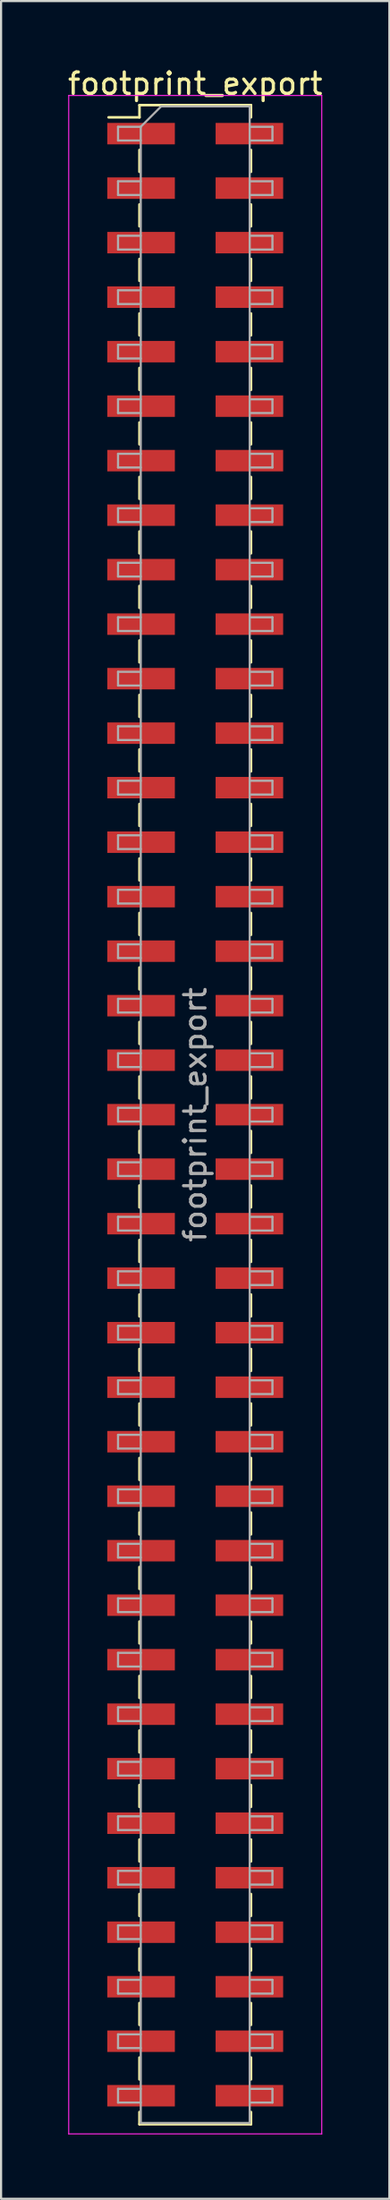
<source format=kicad_pcb>
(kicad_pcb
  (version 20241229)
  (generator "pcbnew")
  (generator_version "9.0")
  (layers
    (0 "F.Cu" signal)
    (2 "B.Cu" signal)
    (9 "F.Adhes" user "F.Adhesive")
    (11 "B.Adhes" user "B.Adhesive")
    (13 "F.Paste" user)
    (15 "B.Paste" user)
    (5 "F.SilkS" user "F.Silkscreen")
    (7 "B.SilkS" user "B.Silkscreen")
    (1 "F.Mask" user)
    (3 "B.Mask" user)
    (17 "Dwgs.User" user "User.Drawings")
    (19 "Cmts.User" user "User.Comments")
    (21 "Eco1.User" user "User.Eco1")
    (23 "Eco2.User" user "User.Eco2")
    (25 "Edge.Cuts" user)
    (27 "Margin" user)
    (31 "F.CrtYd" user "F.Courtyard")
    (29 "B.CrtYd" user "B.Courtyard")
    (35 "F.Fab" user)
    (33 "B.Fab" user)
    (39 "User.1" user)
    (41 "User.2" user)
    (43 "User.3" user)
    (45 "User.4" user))
  (footprint "footprint_export"
    (layer "F.Cu")
    (at 6.054 48.898)
    (property "Reference" "footprint_export" (at 0 -48.05 0) (layer "F.SilkS") (effects (font (size 1 1) (thickness 0.15))))
    (attr smd)
    (fp_line (start -4.04 -46.48) (end -2.6 -46.48) (stroke (width 0.12) (type solid)) (layer "F.SilkS"))
    (fp_line (start -2.6 -47.05) (end -2.6 -46.48) (stroke (width 0.12) (type solid)) (layer "F.SilkS"))
    (fp_line (start -2.6 -47.05) (end 2.6 -47.05) (stroke (width 0.12) (type solid)) (layer "F.SilkS"))
    (fp_line (start -2.6 -44.96) (end -2.6 -43.94) (stroke (width 0.12) (type solid)) (layer "F.SilkS"))
    (fp_line (start -2.6 -42.42) (end -2.6 -41.4) (stroke (width 0.12) (type solid)) (layer "F.SilkS"))
    (fp_line (start -2.6 -39.88) (end -2.6 -38.86) (stroke (width 0.12) (type solid)) (layer "F.SilkS"))
    (fp_line (start -2.6 -37.34) (end -2.6 -36.32) (stroke (width 0.12) (type solid)) (layer "F.SilkS"))
    (fp_line (start -2.6 -34.8) (end -2.6 -33.78) (stroke (width 0.12) (type solid)) (layer "F.SilkS"))
    (fp_line (start -2.6 -32.26) (end -2.6 -31.24) (stroke (width 0.12) (type solid)) (layer "F.SilkS"))
    (fp_line (start -2.6 -29.72) (end -2.6 -28.7) (stroke (width 0.12) (type solid)) (layer "F.SilkS"))
    (fp_line (start -2.6 -27.18) (end -2.6 -26.16) (stroke (width 0.12) (type solid)) (layer "F.SilkS"))
    (fp_line (start -2.6 -24.64) (end -2.6 -23.62) (stroke (width 0.12) (type solid)) (layer "F.SilkS"))
    (fp_line (start -2.6 -22.1) (end -2.6 -21.08) (stroke (width 0.12) (type solid)) (layer "F.SilkS"))
    (fp_line (start -2.6 -19.56) (end -2.6 -18.54) (stroke (width 0.12) (type solid)) (layer "F.SilkS"))
    (fp_line (start -2.6 -17.02) (end -2.6 -16) (stroke (width 0.12) (type solid)) (layer "F.SilkS"))
    (fp_line (start -2.6 -14.48) (end -2.6 -13.46) (stroke (width 0.12) (type solid)) (layer "F.SilkS"))
    (fp_line (start -2.6 -11.94) (end -2.6 -10.92) (stroke (width 0.12) (type solid)) (layer "F.SilkS"))
    (fp_line (start -2.6 -9.4) (end -2.6 -8.38) (stroke (width 0.12) (type solid)) (layer "F.SilkS"))
    (fp_line (start -2.6 -6.86) (end -2.6 -5.84) (stroke (width 0.12) (type solid)) (layer "F.SilkS"))
    (fp_line (start -2.6 -4.32) (end -2.6 -3.3) (stroke (width 0.12) (type solid)) (layer "F.SilkS"))
    (fp_line (start -2.6 -1.78) (end -2.6 -0.76) (stroke (width 0.12) (type solid)) (layer "F.SilkS"))
    (fp_line (start -2.6 0.76) (end -2.6 1.78) (stroke (width 0.12) (type solid)) (layer "F.SilkS"))
    (fp_line (start -2.6 3.3) (end -2.6 4.32) (stroke (width 0.12) (type solid)) (layer "F.SilkS"))
    (fp_line (start -2.6 5.84) (end -2.6 6.86) (stroke (width 0.12) (type solid)) (layer "F.SilkS"))
    (fp_line (start -2.6 8.38) (end -2.6 9.4) (stroke (width 0.12) (type solid)) (layer "F.SilkS"))
    (fp_line (start -2.6 10.92) (end -2.6 11.94) (stroke (width 0.12) (type solid)) (layer "F.SilkS"))
    (fp_line (start -2.6 13.46) (end -2.6 14.48) (stroke (width 0.12) (type solid)) (layer "F.SilkS"))
    (fp_line (start -2.6 16) (end -2.6 17.02) (stroke (width 0.12) (type solid)) (layer "F.SilkS"))
    (fp_line (start -2.6 18.54) (end -2.6 19.56) (stroke (width 0.12) (type solid)) (layer "F.SilkS"))
    (fp_line (start -2.6 21.08) (end -2.6 22.1) (stroke (width 0.12) (type solid)) (layer "F.SilkS"))
    (fp_line (start -2.6 23.62) (end -2.6 24.64) (stroke (width 0.12) (type solid)) (layer "F.SilkS"))
    (fp_line (start -2.6 26.16) (end -2.6 27.18) (stroke (width 0.12) (type solid)) (layer "F.SilkS"))
    (fp_line (start -2.6 28.7) (end -2.6 29.72) (stroke (width 0.12) (type solid)) (layer "F.SilkS"))
    (fp_line (start -2.6 31.24) (end -2.6 32.26) (stroke (width 0.12) (type solid)) (layer "F.SilkS"))
    (fp_line (start -2.6 33.78) (end -2.6 34.8) (stroke (width 0.12) (type solid)) (layer "F.SilkS"))
    (fp_line (start -2.6 36.32) (end -2.6 37.34) (stroke (width 0.12) (type solid)) (layer "F.SilkS"))
    (fp_line (start -2.6 38.86) (end -2.6 39.88) (stroke (width 0.12) (type solid)) (layer "F.SilkS"))
    (fp_line (start -2.6 41.4) (end -2.6 42.42) (stroke (width 0.12) (type solid)) (layer "F.SilkS"))
    (fp_line (start -2.6 43.94) (end -2.6 44.96) (stroke (width 0.12) (type solid)) (layer "F.SilkS"))
    (fp_line (start -2.6 46.48) (end -2.6 47.05) (stroke (width 0.12) (type solid)) (layer "F.SilkS"))
    (fp_line (start -2.6 47.05) (end 2.6 47.05) (stroke (width 0.12) (type solid)) (layer "F.SilkS"))
    (fp_line (start 2.6 -47.05) (end 2.6 -46.48) (stroke (width 0.12) (type solid)) (layer "F.SilkS"))
    (fp_line (start 2.6 -44.96) (end 2.6 -43.94) (stroke (width 0.12) (type solid)) (layer "F.SilkS"))
    (fp_line (start 2.6 -42.42) (end 2.6 -41.4) (stroke (width 0.12) (type solid)) (layer "F.SilkS"))
    (fp_line (start 2.6 -39.88) (end 2.6 -38.86) (stroke (width 0.12) (type solid)) (layer "F.SilkS"))
    (fp_line (start 2.6 -37.34) (end 2.6 -36.32) (stroke (width 0.12) (type solid)) (layer "F.SilkS"))
    (fp_line (start 2.6 -34.8) (end 2.6 -33.78) (stroke (width 0.12) (type solid)) (layer "F.SilkS"))
    (fp_line (start 2.6 -32.26) (end 2.6 -31.24) (stroke (width 0.12) (type solid)) (layer "F.SilkS"))
    (fp_line (start 2.6 -29.72) (end 2.6 -28.7) (stroke (width 0.12) (type solid)) (layer "F.SilkS"))
    (fp_line (start 2.6 -27.18) (end 2.6 -26.16) (stroke (width 0.12) (type solid)) (layer "F.SilkS"))
    (fp_line (start 2.6 -24.64) (end 2.6 -23.62) (stroke (width 0.12) (type solid)) (layer "F.SilkS"))
    (fp_line (start 2.6 -22.1) (end 2.6 -21.08) (stroke (width 0.12) (type solid)) (layer "F.SilkS"))
    (fp_line (start 2.6 -19.56) (end 2.6 -18.54) (stroke (width 0.12) (type solid)) (layer "F.SilkS"))
    (fp_line (start 2.6 -17.02) (end 2.6 -16) (stroke (width 0.12) (type solid)) (layer "F.SilkS"))
    (fp_line (start 2.6 -14.48) (end 2.6 -13.46) (stroke (width 0.12) (type solid)) (layer "F.SilkS"))
    (fp_line (start 2.6 -11.94) (end 2.6 -10.92) (stroke (width 0.12) (type solid)) (layer "F.SilkS"))
    (fp_line (start 2.6 -9.4) (end 2.6 -8.38) (stroke (width 0.12) (type solid)) (layer "F.SilkS"))
    (fp_line (start 2.6 -6.86) (end 2.6 -5.84) (stroke (width 0.12) (type solid)) (layer "F.SilkS"))
    (fp_line (start 2.6 -4.32) (end 2.6 -3.3) (stroke (width 0.12) (type solid)) (layer "F.SilkS"))
    (fp_line (start 2.6 -1.78) (end 2.6 -0.76) (stroke (width 0.12) (type solid)) (layer "F.SilkS"))
    (fp_line (start 2.6 0.76) (end 2.6 1.78) (stroke (width 0.12) (type solid)) (layer "F.SilkS"))
    (fp_line (start 2.6 3.3) (end 2.6 4.32) (stroke (width 0.12) (type solid)) (layer "F.SilkS"))
    (fp_line (start 2.6 5.84) (end 2.6 6.86) (stroke (width 0.12) (type solid)) (layer "F.SilkS"))
    (fp_line (start 2.6 8.38) (end 2.6 9.4) (stroke (width 0.12) (type solid)) (layer "F.SilkS"))
    (fp_line (start 2.6 10.92) (end 2.6 11.94) (stroke (width 0.12) (type solid)) (layer "F.SilkS"))
    (fp_line (start 2.6 13.46) (end 2.6 14.48) (stroke (width 0.12) (type solid)) (layer "F.SilkS"))
    (fp_line (start 2.6 16) (end 2.6 17.02) (stroke (width 0.12) (type solid)) (layer "F.SilkS"))
    (fp_line (start 2.6 18.54) (end 2.6 19.56) (stroke (width 0.12) (type solid)) (layer "F.SilkS"))
    (fp_line (start 2.6 21.08) (end 2.6 22.1) (stroke (width 0.12) (type solid)) (layer "F.SilkS"))
    (fp_line (start 2.6 23.62) (end 2.6 24.64) (stroke (width 0.12) (type solid)) (layer "F.SilkS"))
    (fp_line (start 2.6 26.16) (end 2.6 27.18) (stroke (width 0.12) (type solid)) (layer "F.SilkS"))
    (fp_line (start 2.6 28.7) (end 2.6 29.72) (stroke (width 0.12) (type solid)) (layer "F.SilkS"))
    (fp_line (start 2.6 31.24) (end 2.6 32.26) (stroke (width 0.12) (type solid)) (layer "F.SilkS"))
    (fp_line (start 2.6 33.78) (end 2.6 34.8) (stroke (width 0.12) (type solid)) (layer "F.SilkS"))
    (fp_line (start 2.6 36.32) (end 2.6 37.34) (stroke (width 0.12) (type solid)) (layer "F.SilkS"))
    (fp_line (start 2.6 38.86) (end 2.6 39.88) (stroke (width 0.12) (type solid)) (layer "F.SilkS"))
    (fp_line (start 2.6 41.4) (end 2.6 42.42) (stroke (width 0.12) (type solid)) (layer "F.SilkS"))
    (fp_line (start 2.6 43.94) (end 2.6 44.96) (stroke (width 0.12) (type solid)) (layer "F.SilkS"))
    (fp_line (start 2.6 46.48) (end 2.6 47.05) (stroke (width 0.12) (type solid)) (layer "F.SilkS"))
    (fp_line (start -5.9 -47.5) (end -5.9 47.5) (stroke (width 0.05) (type solid)) (layer "F.CrtYd"))
    (fp_line (start -5.9 47.5) (end 5.9 47.5) (stroke (width 0.05) (type solid)) (layer "F.CrtYd"))
    (fp_line (start 5.9 -47.5) (end -5.9 -47.5) (stroke (width 0.05) (type solid)) (layer "F.CrtYd"))
    (fp_line (start 5.9 47.5) (end 5.9 -47.5) (stroke (width 0.05) (type solid)) (layer "F.CrtYd"))
    (fp_line (start -3.6 -46.04) (end -3.6 -45.4) (stroke (width 0.1) (type solid)) (layer "F.Fab"))
    (fp_line (start -3.6 -45.4) (end -2.54 -45.4) (stroke (width 0.1) (type solid)) (layer "F.Fab"))
    (fp_line (start -3.6 -43.5) (end -3.6 -42.86) (stroke (width 0.1) (type solid)) (layer "F.Fab"))
    (fp_line (start -3.6 -42.86) (end -2.54 -42.86) (stroke (width 0.1) (type solid)) (layer "F.Fab"))
    (fp_line (start -3.6 -40.96) (end -3.6 -40.32) (stroke (width 0.1) (type solid)) (layer "F.Fab"))
    (fp_line (start -3.6 -40.32) (end -2.54 -40.32) (stroke (width 0.1) (type solid)) (layer "F.Fab"))
    (fp_line (start -3.6 -38.42) (end -3.6 -37.78) (stroke (width 0.1) (type solid)) (layer "F.Fab"))
    (fp_line (start -3.6 -37.78) (end -2.54 -37.78) (stroke (width 0.1) (type solid)) (layer "F.Fab"))
    (fp_line (start -3.6 -35.88) (end -3.6 -35.24) (stroke (width 0.1) (type solid)) (layer "F.Fab"))
    (fp_line (start -3.6 -35.24) (end -2.54 -35.24) (stroke (width 0.1) (type solid)) (layer "F.Fab"))
    (fp_line (start -3.6 -33.34) (end -3.6 -32.7) (stroke (width 0.1) (type solid)) (layer "F.Fab"))
    (fp_line (start -3.6 -32.7) (end -2.54 -32.7) (stroke (width 0.1) (type solid)) (layer "F.Fab"))
    (fp_line (start -3.6 -30.8) (end -3.6 -30.16) (stroke (width 0.1) (type solid)) (layer "F.Fab"))
    (fp_line (start -3.6 -30.16) (end -2.54 -30.16) (stroke (width 0.1) (type solid)) (layer "F.Fab"))
    (fp_line (start -3.6 -28.26) (end -3.6 -27.62) (stroke (width 0.1) (type solid)) (layer "F.Fab"))
    (fp_line (start -3.6 -27.62) (end -2.54 -27.62) (stroke (width 0.1) (type solid)) (layer "F.Fab"))
    (fp_line (start -3.6 -25.72) (end -3.6 -25.08) (stroke (width 0.1) (type solid)) (layer "F.Fab"))
    (fp_line (start -3.6 -25.08) (end -2.54 -25.08) (stroke (width 0.1) (type solid)) (layer "F.Fab"))
    (fp_line (start -3.6 -23.18) (end -3.6 -22.54) (stroke (width 0.1) (type solid)) (layer "F.Fab"))
    (fp_line (start -3.6 -22.54) (end -2.54 -22.54) (stroke (width 0.1) (type solid)) (layer "F.Fab"))
    (fp_line (start -3.6 -20.64) (end -3.6 -20) (stroke (width 0.1) (type solid)) (layer "F.Fab"))
    (fp_line (start -3.6 -20) (end -2.54 -20) (stroke (width 0.1) (type solid)) (layer "F.Fab"))
    (fp_line (start -3.6 -18.1) (end -3.6 -17.46) (stroke (width 0.1) (type solid)) (layer "F.Fab"))
    (fp_line (start -3.6 -17.46) (end -2.54 -17.46) (stroke (width 0.1) (type solid)) (layer "F.Fab"))
    (fp_line (start -3.6 -15.56) (end -3.6 -14.92) (stroke (width 0.1) (type solid)) (layer "F.Fab"))
    (fp_line (start -3.6 -14.92) (end -2.54 -14.92) (stroke (width 0.1) (type solid)) (layer "F.Fab"))
    (fp_line (start -3.6 -13.02) (end -3.6 -12.38) (stroke (width 0.1) (type solid)) (layer "F.Fab"))
    (fp_line (start -3.6 -12.38) (end -2.54 -12.38) (stroke (width 0.1) (type solid)) (layer "F.Fab"))
    (fp_line (start -3.6 -10.48) (end -3.6 -9.84) (stroke (width 0.1) (type solid)) (layer "F.Fab"))
    (fp_line (start -3.6 -9.84) (end -2.54 -9.84) (stroke (width 0.1) (type solid)) (layer "F.Fab"))
    (fp_line (start -3.6 -7.94) (end -3.6 -7.3) (stroke (width 0.1) (type solid)) (layer "F.Fab"))
    (fp_line (start -3.6 -7.3) (end -2.54 -7.3) (stroke (width 0.1) (type solid)) (layer "F.Fab"))
    (fp_line (start -3.6 -5.4) (end -3.6 -4.76) (stroke (width 0.1) (type solid)) (layer "F.Fab"))
    (fp_line (start -3.6 -4.76) (end -2.54 -4.76) (stroke (width 0.1) (type solid)) (layer "F.Fab"))
    (fp_line (start -3.6 -2.86) (end -3.6 -2.22) (stroke (width 0.1) (type solid)) (layer "F.Fab"))
    (fp_line (start -3.6 -2.22) (end -2.54 -2.22) (stroke (width 0.1) (type solid)) (layer "F.Fab"))
    (fp_line (start -3.6 -0.32) (end -3.6 0.32) (stroke (width 0.1) (type solid)) (layer "F.Fab"))
    (fp_line (start -3.6 0.32) (end -2.54 0.32) (stroke (width 0.1) (type solid)) (layer "F.Fab"))
    (fp_line (start -3.6 2.22) (end -3.6 2.86) (stroke (width 0.1) (type solid)) (layer "F.Fab"))
    (fp_line (start -3.6 2.86) (end -2.54 2.86) (stroke (width 0.1) (type solid)) (layer "F.Fab"))
    (fp_line (start -3.6 4.76) (end -3.6 5.4) (stroke (width 0.1) (type solid)) (layer "F.Fab"))
    (fp_line (start -3.6 5.4) (end -2.54 5.4) (stroke (width 0.1) (type solid)) (layer "F.Fab"))
    (fp_line (start -3.6 7.3) (end -3.6 7.94) (stroke (width 0.1) (type solid)) (layer "F.Fab"))
    (fp_line (start -3.6 7.94) (end -2.54 7.94) (stroke (width 0.1) (type solid)) (layer "F.Fab"))
    (fp_line (start -3.6 9.84) (end -3.6 10.48) (stroke (width 0.1) (type solid)) (layer "F.Fab"))
    (fp_line (start -3.6 10.48) (end -2.54 10.48) (stroke (width 0.1) (type solid)) (layer "F.Fab"))
    (fp_line (start -3.6 12.38) (end -3.6 13.02) (stroke (width 0.1) (type solid)) (layer "F.Fab"))
    (fp_line (start -3.6 13.02) (end -2.54 13.02) (stroke (width 0.1) (type solid)) (layer "F.Fab"))
    (fp_line (start -3.6 14.92) (end -3.6 15.56) (stroke (width 0.1) (type solid)) (layer "F.Fab"))
    (fp_line (start -3.6 15.56) (end -2.54 15.56) (stroke (width 0.1) (type solid)) (layer "F.Fab"))
    (fp_line (start -3.6 17.46) (end -3.6 18.1) (stroke (width 0.1) (type solid)) (layer "F.Fab"))
    (fp_line (start -3.6 18.1) (end -2.54 18.1) (stroke (width 0.1) (type solid)) (layer "F.Fab"))
    (fp_line (start -3.6 20) (end -3.6 20.64) (stroke (width 0.1) (type solid)) (layer "F.Fab"))
    (fp_line (start -3.6 20.64) (end -2.54 20.64) (stroke (width 0.1) (type solid)) (layer "F.Fab"))
    (fp_line (start -3.6 22.54) (end -3.6 23.18) (stroke (width 0.1) (type solid)) (layer "F.Fab"))
    (fp_line (start -3.6 23.18) (end -2.54 23.18) (stroke (width 0.1) (type solid)) (layer "F.Fab"))
    (fp_line (start -3.6 25.08) (end -3.6 25.72) (stroke (width 0.1) (type solid)) (layer "F.Fab"))
    (fp_line (start -3.6 25.72) (end -2.54 25.72) (stroke (width 0.1) (type solid)) (layer "F.Fab"))
    (fp_line (start -3.6 27.62) (end -3.6 28.26) (stroke (width 0.1) (type solid)) (layer "F.Fab"))
    (fp_line (start -3.6 28.26) (end -2.54 28.26) (stroke (width 0.1) (type solid)) (layer "F.Fab"))
    (fp_line (start -3.6 30.16) (end -3.6 30.8) (stroke (width 0.1) (type solid)) (layer "F.Fab"))
    (fp_line (start -3.6 30.8) (end -2.54 30.8) (stroke (width 0.1) (type solid)) (layer "F.Fab"))
    (fp_line (start -3.6 32.7) (end -3.6 33.34) (stroke (width 0.1) (type solid)) (layer "F.Fab"))
    (fp_line (start -3.6 33.34) (end -2.54 33.34) (stroke (width 0.1) (type solid)) (layer "F.Fab"))
    (fp_line (start -3.6 35.24) (end -3.6 35.88) (stroke (width 0.1) (type solid)) (layer "F.Fab"))
    (fp_line (start -3.6 35.88) (end -2.54 35.88) (stroke (width 0.1) (type solid)) (layer "F.Fab"))
    (fp_line (start -3.6 37.78) (end -3.6 38.42) (stroke (width 0.1) (type solid)) (layer "F.Fab"))
    (fp_line (start -3.6 38.42) (end -2.54 38.42) (stroke (width 0.1) (type solid)) (layer "F.Fab"))
    (fp_line (start -3.6 40.32) (end -3.6 40.96) (stroke (width 0.1) (type solid)) (layer "F.Fab"))
    (fp_line (start -3.6 40.96) (end -2.54 40.96) (stroke (width 0.1) (type solid)) (layer "F.Fab"))
    (fp_line (start -3.6 42.86) (end -3.6 43.5) (stroke (width 0.1) (type solid)) (layer "F.Fab"))
    (fp_line (start -3.6 43.5) (end -2.54 43.5) (stroke (width 0.1) (type solid)) (layer "F.Fab"))
    (fp_line (start -3.6 45.4) (end -3.6 46.04) (stroke (width 0.1) (type solid)) (layer "F.Fab"))
    (fp_line (start -3.6 46.04) (end -2.54 46.04) (stroke (width 0.1) (type solid)) (layer "F.Fab"))
    (fp_line (start -2.54 -46.04) (end -3.6 -46.04) (stroke (width 0.1) (type solid)) (layer "F.Fab"))
    (fp_line (start -2.54 -46.04) (end -1.59 -46.99) (stroke (width 0.1) (type solid)) (layer "F.Fab"))
    (fp_line (start -2.54 -43.5) (end -3.6 -43.5) (stroke (width 0.1) (type solid)) (layer "F.Fab"))
    (fp_line (start -2.54 -40.96) (end -3.6 -40.96) (stroke (width 0.1) (type solid)) (layer "F.Fab"))
    (fp_line (start -2.54 -38.42) (end -3.6 -38.42) (stroke (width 0.1) (type solid)) (layer "F.Fab"))
    (fp_line (start -2.54 -35.88) (end -3.6 -35.88) (stroke (width 0.1) (type solid)) (layer "F.Fab"))
    (fp_line (start -2.54 -33.34) (end -3.6 -33.34) (stroke (width 0.1) (type solid)) (layer "F.Fab"))
    (fp_line (start -2.54 -30.8) (end -3.6 -30.8) (stroke (width 0.1) (type solid)) (layer "F.Fab"))
    (fp_line (start -2.54 -28.26) (end -3.6 -28.26) (stroke (width 0.1) (type solid)) (layer "F.Fab"))
    (fp_line (start -2.54 -25.72) (end -3.6 -25.72) (stroke (width 0.1) (type solid)) (layer "F.Fab"))
    (fp_line (start -2.54 -23.18) (end -3.6 -23.18) (stroke (width 0.1) (type solid)) (layer "F.Fab"))
    (fp_line (start -2.54 -20.64) (end -3.6 -20.64) (stroke (width 0.1) (type solid)) (layer "F.Fab"))
    (fp_line (start -2.54 -18.1) (end -3.6 -18.1) (stroke (width 0.1) (type solid)) (layer "F.Fab"))
    (fp_line (start -2.54 -15.56) (end -3.6 -15.56) (stroke (width 0.1) (type solid)) (layer "F.Fab"))
    (fp_line (start -2.54 -13.02) (end -3.6 -13.02) (stroke (width 0.1) (type solid)) (layer "F.Fab"))
    (fp_line (start -2.54 -10.48) (end -3.6 -10.48) (stroke (width 0.1) (type solid)) (layer "F.Fab"))
    (fp_line (start -2.54 -7.94) (end -3.6 -7.94) (stroke (width 0.1) (type solid)) (layer "F.Fab"))
    (fp_line (start -2.54 -5.4) (end -3.6 -5.4) (stroke (width 0.1) (type solid)) (layer "F.Fab"))
    (fp_line (start -2.54 -2.86) (end -3.6 -2.86) (stroke (width 0.1) (type solid)) (layer "F.Fab"))
    (fp_line (start -2.54 -0.32) (end -3.6 -0.32) (stroke (width 0.1) (type solid)) (layer "F.Fab"))
    (fp_line (start -2.54 2.22) (end -3.6 2.22) (stroke (width 0.1) (type solid)) (layer "F.Fab"))
    (fp_line (start -2.54 4.76) (end -3.6 4.76) (stroke (width 0.1) (type solid)) (layer "F.Fab"))
    (fp_line (start -2.54 7.3) (end -3.6 7.3) (stroke (width 0.1) (type solid)) (layer "F.Fab"))
    (fp_line (start -2.54 9.84) (end -3.6 9.84) (stroke (width 0.1) (type solid)) (layer "F.Fab"))
    (fp_line (start -2.54 12.38) (end -3.6 12.38) (stroke (width 0.1) (type solid)) (layer "F.Fab"))
    (fp_line (start -2.54 14.92) (end -3.6 14.92) (stroke (width 0.1) (type solid)) (layer "F.Fab"))
    (fp_line (start -2.54 17.46) (end -3.6 17.46) (stroke (width 0.1) (type solid)) (layer "F.Fab"))
    (fp_line (start -2.54 20) (end -3.6 20) (stroke (width 0.1) (type solid)) (layer "F.Fab"))
    (fp_line (start -2.54 22.54) (end -3.6 22.54) (stroke (width 0.1) (type solid)) (layer "F.Fab"))
    (fp_line (start -2.54 25.08) (end -3.6 25.08) (stroke (width 0.1) (type solid)) (layer "F.Fab"))
    (fp_line (start -2.54 27.62) (end -3.6 27.62) (stroke (width 0.1) (type solid)) (layer "F.Fab"))
    (fp_line (start -2.54 30.16) (end -3.6 30.16) (stroke (width 0.1) (type solid)) (layer "F.Fab"))
    (fp_line (start -2.54 32.7) (end -3.6 32.7) (stroke (width 0.1) (type solid)) (layer "F.Fab"))
    (fp_line (start -2.54 35.24) (end -3.6 35.24) (stroke (width 0.1) (type solid)) (layer "F.Fab"))
    (fp_line (start -2.54 37.78) (end -3.6 37.78) (stroke (width 0.1) (type solid)) (layer "F.Fab"))
    (fp_line (start -2.54 40.32) (end -3.6 40.32) (stroke (width 0.1) (type solid)) (layer "F.Fab"))
    (fp_line (start -2.54 42.86) (end -3.6 42.86) (stroke (width 0.1) (type solid)) (layer "F.Fab"))
    (fp_line (start -2.54 45.4) (end -3.6 45.4) (stroke (width 0.1) (type solid)) (layer "F.Fab"))
    (fp_line (start -2.54 46.99) (end -2.54 -46.04) (stroke (width 0.1) (type solid)) (layer "F.Fab"))
    (fp_line (start -1.59 -46.99) (end 2.54 -46.99) (stroke (width 0.1) (type solid)) (layer "F.Fab"))
    (fp_line (start 2.54 -46.99) (end 2.54 46.99) (stroke (width 0.1) (type solid)) (layer "F.Fab"))
    (fp_line (start 2.54 -46.04) (end 3.6 -46.04) (stroke (width 0.1) (type solid)) (layer "F.Fab"))
    (fp_line (start 2.54 -43.5) (end 3.6 -43.5) (stroke (width 0.1) (type solid)) (layer "F.Fab"))
    (fp_line (start 2.54 -40.96) (end 3.6 -40.96) (stroke (width 0.1) (type solid)) (layer "F.Fab"))
    (fp_line (start 2.54 -38.42) (end 3.6 -38.42) (stroke (width 0.1) (type solid)) (layer "F.Fab"))
    (fp_line (start 2.54 -35.88) (end 3.6 -35.88) (stroke (width 0.1) (type solid)) (layer "F.Fab"))
    (fp_line (start 2.54 -33.34) (end 3.6 -33.34) (stroke (width 0.1) (type solid)) (layer "F.Fab"))
    (fp_line (start 2.54 -30.8) (end 3.6 -30.8) (stroke (width 0.1) (type solid)) (layer "F.Fab"))
    (fp_line (start 2.54 -28.26) (end 3.6 -28.26) (stroke (width 0.1) (type solid)) (layer "F.Fab"))
    (fp_line (start 2.54 -25.72) (end 3.6 -25.72) (stroke (width 0.1) (type solid)) (layer "F.Fab"))
    (fp_line (start 2.54 -23.18) (end 3.6 -23.18) (stroke (width 0.1) (type solid)) (layer "F.Fab"))
    (fp_line (start 2.54 -20.64) (end 3.6 -20.64) (stroke (width 0.1) (type solid)) (layer "F.Fab"))
    (fp_line (start 2.54 -18.1) (end 3.6 -18.1) (stroke (width 0.1) (type solid)) (layer "F.Fab"))
    (fp_line (start 2.54 -15.56) (end 3.6 -15.56) (stroke (width 0.1) (type solid)) (layer "F.Fab"))
    (fp_line (start 2.54 -13.02) (end 3.6 -13.02) (stroke (width 0.1) (type solid)) (layer "F.Fab"))
    (fp_line (start 2.54 -10.48) (end 3.6 -10.48) (stroke (width 0.1) (type solid)) (layer "F.Fab"))
    (fp_line (start 2.54 -7.94) (end 3.6 -7.94) (stroke (width 0.1) (type solid)) (layer "F.Fab"))
    (fp_line (start 2.54 -5.4) (end 3.6 -5.4) (stroke (width 0.1) (type solid)) (layer "F.Fab"))
    (fp_line (start 2.54 -2.86) (end 3.6 -2.86) (stroke (width 0.1) (type solid)) (layer "F.Fab"))
    (fp_line (start 2.54 -0.32) (end 3.6 -0.32) (stroke (width 0.1) (type solid)) (layer "F.Fab"))
    (fp_line (start 2.54 2.22) (end 3.6 2.22) (stroke (width 0.1) (type solid)) (layer "F.Fab"))
    (fp_line (start 2.54 4.76) (end 3.6 4.76) (stroke (width 0.1) (type solid)) (layer "F.Fab"))
    (fp_line (start 2.54 7.3) (end 3.6 7.3) (stroke (width 0.1) (type solid)) (layer "F.Fab"))
    (fp_line (start 2.54 9.84) (end 3.6 9.84) (stroke (width 0.1) (type solid)) (layer "F.Fab"))
    (fp_line (start 2.54 12.38) (end 3.6 12.38) (stroke (width 0.1) (type solid)) (layer "F.Fab"))
    (fp_line (start 2.54 14.92) (end 3.6 14.92) (stroke (width 0.1) (type solid)) (layer "F.Fab"))
    (fp_line (start 2.54 17.46) (end 3.6 17.46) (stroke (width 0.1) (type solid)) (layer "F.Fab"))
    (fp_line (start 2.54 20) (end 3.6 20) (stroke (width 0.1) (type solid)) (layer "F.Fab"))
    (fp_line (start 2.54 22.54) (end 3.6 22.54) (stroke (width 0.1) (type solid)) (layer "F.Fab"))
    (fp_line (start 2.54 25.08) (end 3.6 25.08) (stroke (width 0.1) (type solid)) (layer "F.Fab"))
    (fp_line (start 2.54 27.62) (end 3.6 27.62) (stroke (width 0.1) (type solid)) (layer "F.Fab"))
    (fp_line (start 2.54 30.16) (end 3.6 30.16) (stroke (width 0.1) (type solid)) (layer "F.Fab"))
    (fp_line (start 2.54 32.7) (end 3.6 32.7) (stroke (width 0.1) (type solid)) (layer "F.Fab"))
    (fp_line (start 2.54 35.24) (end 3.6 35.24) (stroke (width 0.1) (type solid)) (layer "F.Fab"))
    (fp_line (start 2.54 37.78) (end 3.6 37.78) (stroke (width 0.1) (type solid)) (layer "F.Fab"))
    (fp_line (start 2.54 40.32) (end 3.6 40.32) (stroke (width 0.1) (type solid)) (layer "F.Fab"))
    (fp_line (start 2.54 42.86) (end 3.6 42.86) (stroke (width 0.1) (type solid)) (layer "F.Fab"))
    (fp_line (start 2.54 45.4) (end 3.6 45.4) (stroke (width 0.1) (type solid)) (layer "F.Fab"))
    (fp_line (start 2.54 46.99) (end -2.54 46.99) (stroke (width 0.1) (type solid)) (layer "F.Fab"))
    (fp_line (start 3.6 -46.04) (end 3.6 -45.4) (stroke (width 0.1) (type solid)) (layer "F.Fab"))
    (fp_line (start 3.6 -45.4) (end 2.54 -45.4) (stroke (width 0.1) (type solid)) (layer "F.Fab"))
    (fp_line (start 3.6 -43.5) (end 3.6 -42.86) (stroke (width 0.1) (type solid)) (layer "F.Fab"))
    (fp_line (start 3.6 -42.86) (end 2.54 -42.86) (stroke (width 0.1) (type solid)) (layer "F.Fab"))
    (fp_line (start 3.6 -40.96) (end 3.6 -40.32) (stroke (width 0.1) (type solid)) (layer "F.Fab"))
    (fp_line (start 3.6 -40.32) (end 2.54 -40.32) (stroke (width 0.1) (type solid)) (layer "F.Fab"))
    (fp_line (start 3.6 -38.42) (end 3.6 -37.78) (stroke (width 0.1) (type solid)) (layer "F.Fab"))
    (fp_line (start 3.6 -37.78) (end 2.54 -37.78) (stroke (width 0.1) (type solid)) (layer "F.Fab"))
    (fp_line (start 3.6 -35.88) (end 3.6 -35.24) (stroke (width 0.1) (type solid)) (layer "F.Fab"))
    (fp_line (start 3.6 -35.24) (end 2.54 -35.24) (stroke (width 0.1) (type solid)) (layer "F.Fab"))
    (fp_line (start 3.6 -33.34) (end 3.6 -32.7) (stroke (width 0.1) (type solid)) (layer "F.Fab"))
    (fp_line (start 3.6 -32.7) (end 2.54 -32.7) (stroke (width 0.1) (type solid)) (layer "F.Fab"))
    (fp_line (start 3.6 -30.8) (end 3.6 -30.16) (stroke (width 0.1) (type solid)) (layer "F.Fab"))
    (fp_line (start 3.6 -30.16) (end 2.54 -30.16) (stroke (width 0.1) (type solid)) (layer "F.Fab"))
    (fp_line (start 3.6 -28.26) (end 3.6 -27.62) (stroke (width 0.1) (type solid)) (layer "F.Fab"))
    (fp_line (start 3.6 -27.62) (end 2.54 -27.62) (stroke (width 0.1) (type solid)) (layer "F.Fab"))
    (fp_line (start 3.6 -25.72) (end 3.6 -25.08) (stroke (width 0.1) (type solid)) (layer "F.Fab"))
    (fp_line (start 3.6 -25.08) (end 2.54 -25.08) (stroke (width 0.1) (type solid)) (layer "F.Fab"))
    (fp_line (start 3.6 -23.18) (end 3.6 -22.54) (stroke (width 0.1) (type solid)) (layer "F.Fab"))
    (fp_line (start 3.6 -22.54) (end 2.54 -22.54) (stroke (width 0.1) (type solid)) (layer "F.Fab"))
    (fp_line (start 3.6 -20.64) (end 3.6 -20) (stroke (width 0.1) (type solid)) (layer "F.Fab"))
    (fp_line (start 3.6 -20) (end 2.54 -20) (stroke (width 0.1) (type solid)) (layer "F.Fab"))
    (fp_line (start 3.6 -18.1) (end 3.6 -17.46) (stroke (width 0.1) (type solid)) (layer "F.Fab"))
    (fp_line (start 3.6 -17.46) (end 2.54 -17.46) (stroke (width 0.1) (type solid)) (layer "F.Fab"))
    (fp_line (start 3.6 -15.56) (end 3.6 -14.92) (stroke (width 0.1) (type solid)) (layer "F.Fab"))
    (fp_line (start 3.6 -14.92) (end 2.54 -14.92) (stroke (width 0.1) (type solid)) (layer "F.Fab"))
    (fp_line (start 3.6 -13.02) (end 3.6 -12.38) (stroke (width 0.1) (type solid)) (layer "F.Fab"))
    (fp_line (start 3.6 -12.38) (end 2.54 -12.38) (stroke (width 0.1) (type solid)) (layer "F.Fab"))
    (fp_line (start 3.6 -10.48) (end 3.6 -9.84) (stroke (width 0.1) (type solid)) (layer "F.Fab"))
    (fp_line (start 3.6 -9.84) (end 2.54 -9.84) (stroke (width 0.1) (type solid)) (layer "F.Fab"))
    (fp_line (start 3.6 -7.94) (end 3.6 -7.3) (stroke (width 0.1) (type solid)) (layer "F.Fab"))
    (fp_line (start 3.6 -7.3) (end 2.54 -7.3) (stroke (width 0.1) (type solid)) (layer "F.Fab"))
    (fp_line (start 3.6 -5.4) (end 3.6 -4.76) (stroke (width 0.1) (type solid)) (layer "F.Fab"))
    (fp_line (start 3.6 -4.76) (end 2.54 -4.76) (stroke (width 0.1) (type solid)) (layer "F.Fab"))
    (fp_line (start 3.6 -2.86) (end 3.6 -2.22) (stroke (width 0.1) (type solid)) (layer "F.Fab"))
    (fp_line (start 3.6 -2.22) (end 2.54 -2.22) (stroke (width 0.1) (type solid)) (layer "F.Fab"))
    (fp_line (start 3.6 -0.32) (end 3.6 0.32) (stroke (width 0.1) (type solid)) (layer "F.Fab"))
    (fp_line (start 3.6 0.32) (end 2.54 0.32) (stroke (width 0.1) (type solid)) (layer "F.Fab"))
    (fp_line (start 3.6 2.22) (end 3.6 2.86) (stroke (width 0.1) (type solid)) (layer "F.Fab"))
    (fp_line (start 3.6 2.86) (end 2.54 2.86) (stroke (width 0.1) (type solid)) (layer "F.Fab"))
    (fp_line (start 3.6 4.76) (end 3.6 5.4) (stroke (width 0.1) (type solid)) (layer "F.Fab"))
    (fp_line (start 3.6 5.4) (end 2.54 5.4) (stroke (width 0.1) (type solid)) (layer "F.Fab"))
    (fp_line (start 3.6 7.3) (end 3.6 7.94) (stroke (width 0.1) (type solid)) (layer "F.Fab"))
    (fp_line (start 3.6 7.94) (end 2.54 7.94) (stroke (width 0.1) (type solid)) (layer "F.Fab"))
    (fp_line (start 3.6 9.84) (end 3.6 10.48) (stroke (width 0.1) (type solid)) (layer "F.Fab"))
    (fp_line (start 3.6 10.48) (end 2.54 10.48) (stroke (width 0.1) (type solid)) (layer "F.Fab"))
    (fp_line (start 3.6 12.38) (end 3.6 13.02) (stroke (width 0.1) (type solid)) (layer "F.Fab"))
    (fp_line (start 3.6 13.02) (end 2.54 13.02) (stroke (width 0.1) (type solid)) (layer "F.Fab"))
    (fp_line (start 3.6 14.92) (end 3.6 15.56) (stroke (width 0.1) (type solid)) (layer "F.Fab"))
    (fp_line (start 3.6 15.56) (end 2.54 15.56) (stroke (width 0.1) (type solid)) (layer "F.Fab"))
    (fp_line (start 3.6 17.46) (end 3.6 18.1) (stroke (width 0.1) (type solid)) (layer "F.Fab"))
    (fp_line (start 3.6 18.1) (end 2.54 18.1) (stroke (width 0.1) (type solid)) (layer "F.Fab"))
    (fp_line (start 3.6 20) (end 3.6 20.64) (stroke (width 0.1) (type solid)) (layer "F.Fab"))
    (fp_line (start 3.6 20.64) (end 2.54 20.64) (stroke (width 0.1) (type solid)) (layer "F.Fab"))
    (fp_line (start 3.6 22.54) (end 3.6 23.18) (stroke (width 0.1) (type solid)) (layer "F.Fab"))
    (fp_line (start 3.6 23.18) (end 2.54 23.18) (stroke (width 0.1) (type solid)) (layer "F.Fab"))
    (fp_line (start 3.6 25.08) (end 3.6 25.72) (stroke (width 0.1) (type solid)) (layer "F.Fab"))
    (fp_line (start 3.6 25.72) (end 2.54 25.72) (stroke (width 0.1) (type solid)) (layer "F.Fab"))
    (fp_line (start 3.6 27.62) (end 3.6 28.26) (stroke (width 0.1) (type solid)) (layer "F.Fab"))
    (fp_line (start 3.6 28.26) (end 2.54 28.26) (stroke (width 0.1) (type solid)) (layer "F.Fab"))
    (fp_line (start 3.6 30.16) (end 3.6 30.8) (stroke (width 0.1) (type solid)) (layer "F.Fab"))
    (fp_line (start 3.6 30.8) (end 2.54 30.8) (stroke (width 0.1) (type solid)) (layer "F.Fab"))
    (fp_line (start 3.6 32.7) (end 3.6 33.34) (stroke (width 0.1) (type solid)) (layer "F.Fab"))
    (fp_line (start 3.6 33.34) (end 2.54 33.34) (stroke (width 0.1) (type solid)) (layer "F.Fab"))
    (fp_line (start 3.6 35.24) (end 3.6 35.88) (stroke (width 0.1) (type solid)) (layer "F.Fab"))
    (fp_line (start 3.6 35.88) (end 2.54 35.88) (stroke (width 0.1) (type solid)) (layer "F.Fab"))
    (fp_line (start 3.6 37.78) (end 3.6 38.42) (stroke (width 0.1) (type solid)) (layer "F.Fab"))
    (fp_line (start 3.6 38.42) (end 2.54 38.42) (stroke (width 0.1) (type solid)) (layer "F.Fab"))
    (fp_line (start 3.6 40.32) (end 3.6 40.96) (stroke (width 0.1) (type solid)) (layer "F.Fab"))
    (fp_line (start 3.6 40.96) (end 2.54 40.96) (stroke (width 0.1) (type solid)) (layer "F.Fab"))
    (fp_line (start 3.6 42.86) (end 3.6 43.5) (stroke (width 0.1) (type solid)) (layer "F.Fab"))
    (fp_line (start 3.6 43.5) (end 2.54 43.5) (stroke (width 0.1) (type solid)) (layer "F.Fab"))
    (fp_line (start 3.6 45.4) (end 3.6 46.04) (stroke (width 0.1) (type solid)) (layer "F.Fab"))
    (fp_line (start 3.6 46.04) (end 2.54 46.04) (stroke (width 0.1) (type solid)) (layer "F.Fab"))
    (fp_text user "${REFERENCE}" (at 0 0 90) (layer "F.Fab") (effects (font (size 1 1) (thickness 0.15))))
    (pad "1" smd rect (at -2.525 -45.72) (size 3.15 1) (layers "F.Cu" "F.Mask" "F.Paste"))
    (pad "2" smd rect (at 2.525 -45.72) (size 3.15 1) (layers "F.Cu" "F.Mask" "F.Paste"))
    (pad "3" smd rect (at -2.525 -43.18) (size 3.15 1) (layers "F.Cu" "F.Mask" "F.Paste"))
    (pad "4" smd rect (at 2.525 -43.18) (size 3.15 1) (layers "F.Cu" "F.Mask" "F.Paste"))
    (pad "5" smd rect (at -2.525 -40.64) (size 3.15 1) (layers "F.Cu" "F.Mask" "F.Paste"))
    (pad "6" smd rect (at 2.525 -40.64) (size 3.15 1) (layers "F.Cu" "F.Mask" "F.Paste"))
    (pad "7" smd rect (at -2.525 -38.1) (size 3.15 1) (layers "F.Cu" "F.Mask" "F.Paste"))
    (pad "8" smd rect (at 2.525 -38.1) (size 3.15 1) (layers "F.Cu" "F.Mask" "F.Paste"))
    (pad "9" smd rect (at -2.525 -35.56) (size 3.15 1) (layers "F.Cu" "F.Mask" "F.Paste"))
    (pad "10" smd rect (at 2.525 -35.56) (size 3.15 1) (layers "F.Cu" "F.Mask" "F.Paste"))
    (pad "11" smd rect (at -2.525 -33.02) (size 3.15 1) (layers "F.Cu" "F.Mask" "F.Paste"))
    (pad "12" smd rect (at 2.525 -33.02) (size 3.15 1) (layers "F.Cu" "F.Mask" "F.Paste"))
    (pad "13" smd rect (at -2.525 -30.48) (size 3.15 1) (layers "F.Cu" "F.Mask" "F.Paste"))
    (pad "14" smd rect (at 2.525 -30.48) (size 3.15 1) (layers "F.Cu" "F.Mask" "F.Paste"))
    (pad "15" smd rect (at -2.525 -27.94) (size 3.15 1) (layers "F.Cu" "F.Mask" "F.Paste"))
    (pad "16" smd rect (at 2.525 -27.94) (size 3.15 1) (layers "F.Cu" "F.Mask" "F.Paste"))
    (pad "17" smd rect (at -2.525 -25.4) (size 3.15 1) (layers "F.Cu" "F.Mask" "F.Paste"))
    (pad "18" smd rect (at 2.525 -25.4) (size 3.15 1) (layers "F.Cu" "F.Mask" "F.Paste"))
    (pad "19" smd rect (at -2.525 -22.86) (size 3.15 1) (layers "F.Cu" "F.Mask" "F.Paste"))
    (pad "20" smd rect (at 2.525 -22.86) (size 3.15 1) (layers "F.Cu" "F.Mask" "F.Paste"))
    (pad "21" smd rect (at -2.525 -20.32) (size 3.15 1) (layers "F.Cu" "F.Mask" "F.Paste"))
    (pad "22" smd rect (at 2.525 -20.32) (size 3.15 1) (layers "F.Cu" "F.Mask" "F.Paste"))
    (pad "23" smd rect (at -2.525 -17.78) (size 3.15 1) (layers "F.Cu" "F.Mask" "F.Paste"))
    (pad "24" smd rect (at 2.525 -17.78) (size 3.15 1) (layers "F.Cu" "F.Mask" "F.Paste"))
    (pad "25" smd rect (at -2.525 -15.24) (size 3.15 1) (layers "F.Cu" "F.Mask" "F.Paste"))
    (pad "26" smd rect (at 2.525 -15.24) (size 3.15 1) (layers "F.Cu" "F.Mask" "F.Paste"))
    (pad "27" smd rect (at -2.525 -12.7) (size 3.15 1) (layers "F.Cu" "F.Mask" "F.Paste"))
    (pad "28" smd rect (at 2.525 -12.7) (size 3.15 1) (layers "F.Cu" "F.Mask" "F.Paste"))
    (pad "29" smd rect (at -2.525 -10.16) (size 3.15 1) (layers "F.Cu" "F.Mask" "F.Paste"))
    (pad "30" smd rect (at 2.525 -10.16) (size 3.15 1) (layers "F.Cu" "F.Mask" "F.Paste"))
    (pad "31" smd rect (at -2.525 -7.62) (size 3.15 1) (layers "F.Cu" "F.Mask" "F.Paste"))
    (pad "32" smd rect (at 2.525 -7.62) (size 3.15 1) (layers "F.Cu" "F.Mask" "F.Paste"))
    (pad "33" smd rect (at -2.525 -5.08) (size 3.15 1) (layers "F.Cu" "F.Mask" "F.Paste"))
    (pad "34" smd rect (at 2.525 -5.08) (size 3.15 1) (layers "F.Cu" "F.Mask" "F.Paste"))
    (pad "35" smd rect (at -2.525 -2.54) (size 3.15 1) (layers "F.Cu" "F.Mask" "F.Paste"))
    (pad "36" smd rect (at 2.525 -2.54) (size 3.15 1) (layers "F.Cu" "F.Mask" "F.Paste"))
    (pad "37" smd rect (at -2.525 0) (size 3.15 1) (layers "F.Cu" "F.Mask" "F.Paste"))
    (pad "38" smd rect (at 2.525 0) (size 3.15 1) (layers "F.Cu" "F.Mask" "F.Paste"))
    (pad "39" smd rect (at -2.525 2.54) (size 3.15 1) (layers "F.Cu" "F.Mask" "F.Paste"))
    (pad "40" smd rect (at 2.525 2.54) (size 3.15 1) (layers "F.Cu" "F.Mask" "F.Paste"))
    (pad "41" smd rect (at -2.525 5.08) (size 3.15 1) (layers "F.Cu" "F.Mask" "F.Paste"))
    (pad "42" smd rect (at 2.525 5.08) (size 3.15 1) (layers "F.Cu" "F.Mask" "F.Paste"))
    (pad "43" smd rect (at -2.525 7.62) (size 3.15 1) (layers "F.Cu" "F.Mask" "F.Paste"))
    (pad "44" smd rect (at 2.525 7.62) (size 3.15 1) (layers "F.Cu" "F.Mask" "F.Paste"))
    (pad "45" smd rect (at -2.525 10.16) (size 3.15 1) (layers "F.Cu" "F.Mask" "F.Paste"))
    (pad "46" smd rect (at 2.525 10.16) (size 3.15 1) (layers "F.Cu" "F.Mask" "F.Paste"))
    (pad "47" smd rect (at -2.525 12.7) (size 3.15 1) (layers "F.Cu" "F.Mask" "F.Paste"))
    (pad "48" smd rect (at 2.525 12.7) (size 3.15 1) (layers "F.Cu" "F.Mask" "F.Paste"))
    (pad "49" smd rect (at -2.525 15.24) (size 3.15 1) (layers "F.Cu" "F.Mask" "F.Paste"))
    (pad "50" smd rect (at 2.525 15.24) (size 3.15 1) (layers "F.Cu" "F.Mask" "F.Paste"))
    (pad "51" smd rect (at -2.525 17.78) (size 3.15 1) (layers "F.Cu" "F.Mask" "F.Paste"))
    (pad "52" smd rect (at 2.525 17.78) (size 3.15 1) (layers "F.Cu" "F.Mask" "F.Paste"))
    (pad "53" smd rect (at -2.525 20.32) (size 3.15 1) (layers "F.Cu" "F.Mask" "F.Paste"))
    (pad "54" smd rect (at 2.525 20.32) (size 3.15 1) (layers "F.Cu" "F.Mask" "F.Paste"))
    (pad "55" smd rect (at -2.525 22.86) (size 3.15 1) (layers "F.Cu" "F.Mask" "F.Paste"))
    (pad "56" smd rect (at 2.525 22.86) (size 3.15 1) (layers "F.Cu" "F.Mask" "F.Paste"))
    (pad "57" smd rect (at -2.525 25.4) (size 3.15 1) (layers "F.Cu" "F.Mask" "F.Paste"))
    (pad "58" smd rect (at 2.525 25.4) (size 3.15 1) (layers "F.Cu" "F.Mask" "F.Paste"))
    (pad "59" smd rect (at -2.525 27.94) (size 3.15 1) (layers "F.Cu" "F.Mask" "F.Paste"))
    (pad "60" smd rect (at 2.525 27.94) (size 3.15 1) (layers "F.Cu" "F.Mask" "F.Paste"))
    (pad "61" smd rect (at -2.525 30.48) (size 3.15 1) (layers "F.Cu" "F.Mask" "F.Paste"))
    (pad "62" smd rect (at 2.525 30.48) (size 3.15 1) (layers "F.Cu" "F.Mask" "F.Paste"))
    (pad "63" smd rect (at -2.525 33.02) (size 3.15 1) (layers "F.Cu" "F.Mask" "F.Paste"))
    (pad "64" smd rect (at 2.525 33.02) (size 3.15 1) (layers "F.Cu" "F.Mask" "F.Paste"))
    (pad "65" smd rect (at -2.525 35.56) (size 3.15 1) (layers "F.Cu" "F.Mask" "F.Paste"))
    (pad "66" smd rect (at 2.525 35.56) (size 3.15 1) (layers "F.Cu" "F.Mask" "F.Paste"))
    (pad "67" smd rect (at -2.525 38.1) (size 3.15 1) (layers "F.Cu" "F.Mask" "F.Paste"))
    (pad "68" smd rect (at 2.525 38.1) (size 3.15 1) (layers "F.Cu" "F.Mask" "F.Paste"))
    (pad "69" smd rect (at -2.525 40.64) (size 3.15 1) (layers "F.Cu" "F.Mask" "F.Paste"))
    (pad "70" smd rect (at 2.525 40.64) (size 3.15 1) (layers "F.Cu" "F.Mask" "F.Paste"))
    (pad "71" smd rect (at -2.525 43.18) (size 3.15 1) (layers "F.Cu" "F.Mask" "F.Paste"))
    (pad "72" smd rect (at 2.525 43.18) (size 3.15 1) (layers "F.Cu" "F.Mask" "F.Paste"))
    (pad "73" smd rect (at -2.525 45.72) (size 3.15 1) (layers "F.Cu" "F.Mask" "F.Paste"))
    (pad "74" smd rect (at 2.525 45.72) (size 3.15 1) (layers "F.Cu" "F.Mask" "F.Paste")))
  (gr_rect
    (start -3 -3)
    (end 15.107 99.423)
    (stroke (width 0.1) (type default))
    (fill no)
    (layer "Edge.Cuts")))
</source>
